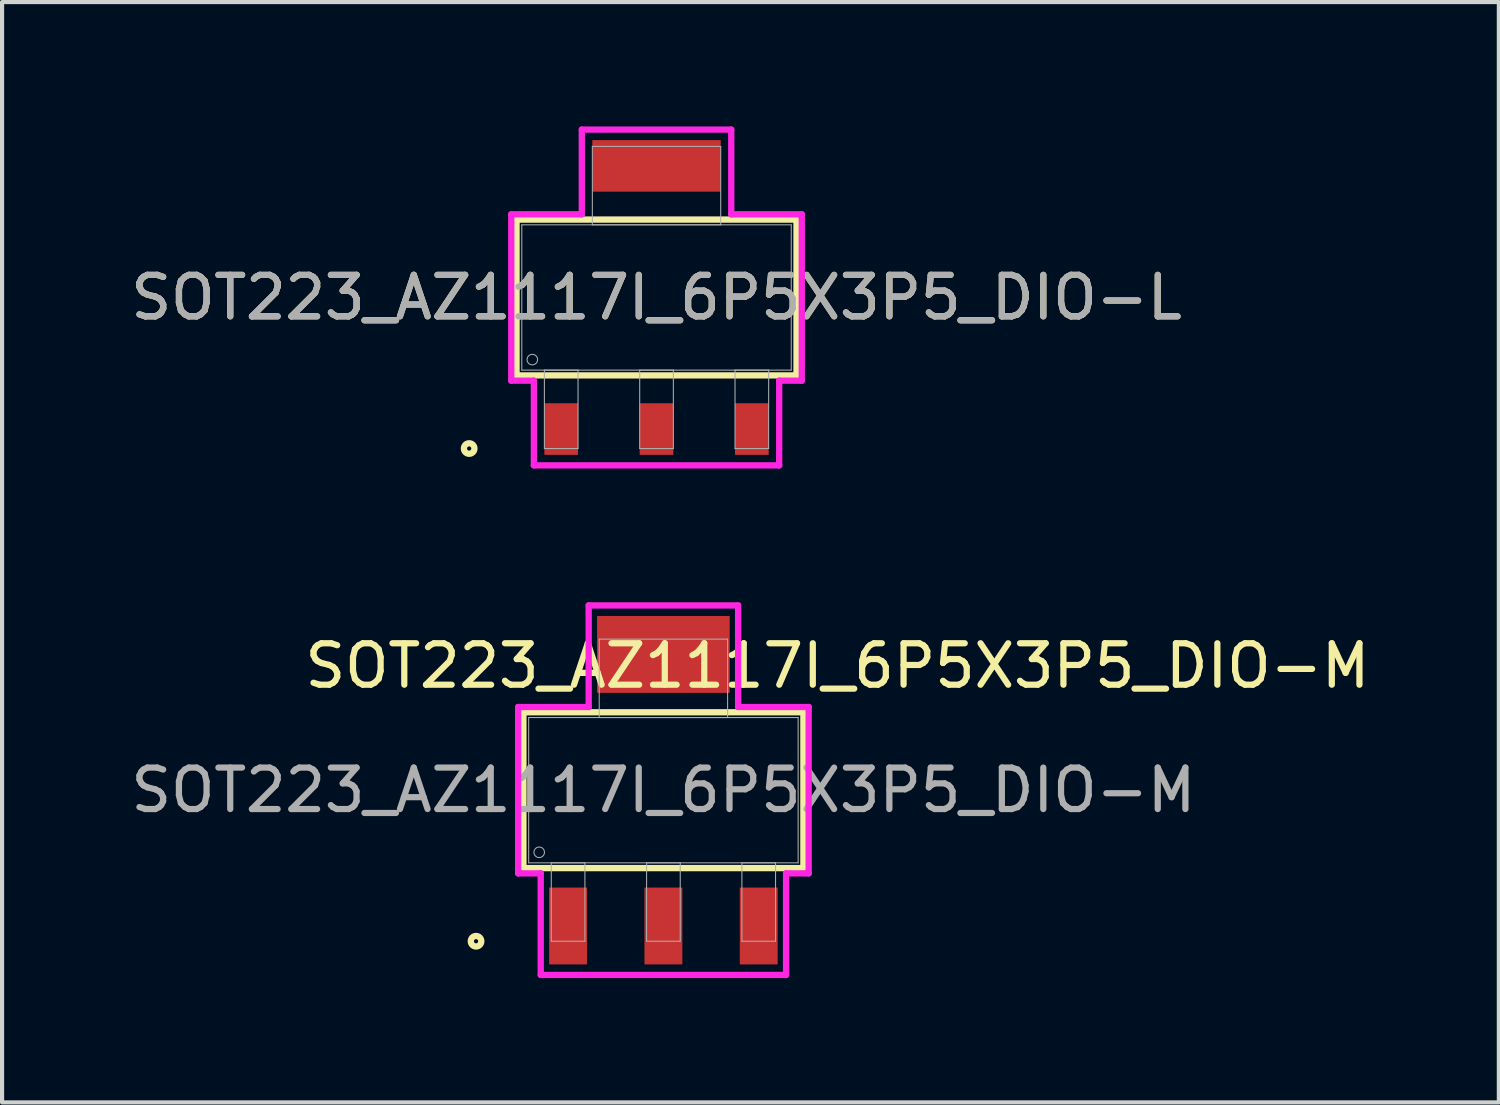
<source format=kicad_pcb>
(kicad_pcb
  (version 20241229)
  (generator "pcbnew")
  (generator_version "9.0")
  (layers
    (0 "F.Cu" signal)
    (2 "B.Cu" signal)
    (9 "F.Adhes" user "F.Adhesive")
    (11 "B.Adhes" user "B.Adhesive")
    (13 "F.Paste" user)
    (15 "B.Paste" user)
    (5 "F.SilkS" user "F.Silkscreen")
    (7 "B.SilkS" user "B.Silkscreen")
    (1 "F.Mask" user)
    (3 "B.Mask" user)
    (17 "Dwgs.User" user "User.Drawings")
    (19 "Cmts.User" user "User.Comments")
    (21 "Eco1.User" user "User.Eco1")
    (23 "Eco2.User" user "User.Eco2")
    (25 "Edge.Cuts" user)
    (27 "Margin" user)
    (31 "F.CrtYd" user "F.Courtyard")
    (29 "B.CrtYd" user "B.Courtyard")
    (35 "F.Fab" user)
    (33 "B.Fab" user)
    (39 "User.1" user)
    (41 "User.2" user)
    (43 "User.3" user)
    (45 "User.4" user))
  (footprint "SOT223_AZ1117I_6P5X3P5_DIO-M"
    (layer "F.Cu")
    (at 12.958 16.017)
    (property "Reference" "SOT223_AZ1117I_6P5X3P5_DIO-M" (at 4.2 -3 0) (unlocked yes) (layer "F.SilkS") (effects (font (size 1 1) (thickness 0.15))))
    (attr smd)
    (fp_poly (pts (xy 1.6 -4.204) (xy -1.6 -4.204) (xy -1.6 -2.349) (xy 1.6 -2.349)) (stroke (width 0) (type solid)) (fill yes) (layer "F.Cu"))
    (fp_poly (pts (xy 1.651 -4.763) (xy -1.651 -4.763) (xy -1.651 -1.892) (xy 1.651 -1.892)) (stroke (width 0) (type solid)) (fill yes) (layer "F.Mask"))
    (fp_line (start -3.378 -1.88) (end -3.378 1.88) (stroke (width 0.152) (type solid)) (layer "F.SilkS"))
    (fp_line (start -3.378 1.88) (end 3.378 1.88) (stroke (width 0.152) (type solid)) (layer "F.SilkS"))
    (fp_line (start 3.378 -1.88) (end -3.378 -1.88) (stroke (width 0.152) (type solid)) (layer "F.SilkS"))
    (fp_line (start 3.378 1.88) (end 3.378 -1.88) (stroke (width 0.152) (type solid)) (layer "F.SilkS"))
    (fp_circle (center -4.521 3.645) (end -4.394 3.645) (stroke (width 0.152) (type solid)) (fill no) (layer "F.SilkS"))
    (fp_poly (pts (xy 1.6 -4.204) (xy -1.6 -4.204) (xy -1.6 -2.349) (xy 1.6 -2.349)) (stroke (width 0) (type solid)) (fill yes) (layer "F.Paste"))
    (fp_line (start -3.505 -2.007) (end -1.803 -2.007) (stroke (width 0.152) (type solid)) (layer "F.CrtYd"))
    (fp_line (start -3.505 2.007) (end -3.505 -2.007) (stroke (width 0.152) (type solid)) (layer "F.CrtYd"))
    (fp_line (start -2.96 2.007) (end -3.505 2.007) (stroke (width 0.152) (type solid)) (layer "F.CrtYd"))
    (fp_line (start -2.96 4.458) (end -2.96 2.007) (stroke (width 0.152) (type solid)) (layer "F.CrtYd"))
    (fp_line (start -1.803 -4.458) (end 1.803 -4.458) (stroke (width 0.152) (type solid)) (layer "F.CrtYd"))
    (fp_line (start -1.803 -2.007) (end -1.803 -4.458) (stroke (width 0.152) (type solid)) (layer "F.CrtYd"))
    (fp_line (start 1.803 -4.458) (end 1.803 -2.007) (stroke (width 0.152) (type solid)) (layer "F.CrtYd"))
    (fp_line (start 1.803 -2.007) (end 3.505 -2.007) (stroke (width 0.152) (type solid)) (layer "F.CrtYd"))
    (fp_line (start 2.96 2.007) (end 2.96 4.458) (stroke (width 0.152) (type solid)) (layer "F.CrtYd"))
    (fp_line (start 2.96 4.458) (end -2.96 4.458) (stroke (width 0.152) (type solid)) (layer "F.CrtYd"))
    (fp_line (start 3.505 -2.007) (end 3.505 2.007) (stroke (width 0.152) (type solid)) (layer "F.CrtYd"))
    (fp_line (start 3.505 2.007) (end 2.96 2.007) (stroke (width 0.152) (type solid)) (layer "F.CrtYd"))
    (fp_line (start -3.251 -1.753) (end -3.251 1.753) (stroke (width 0.025) (type solid)) (layer "F.Fab"))
    (fp_line (start -3.251 1.753) (end 3.251 1.753) (stroke (width 0.025) (type solid)) (layer "F.Fab"))
    (fp_line (start -2.706 1.753) (end -2.706 3.645) (stroke (width 0.025) (type solid)) (layer "F.Fab"))
    (fp_line (start -2.706 3.645) (end -1.894 3.645) (stroke (width 0.025) (type solid)) (layer "F.Fab"))
    (fp_line (start -1.894 1.753) (end -2.706 1.753) (stroke (width 0.025) (type solid)) (layer "F.Fab"))
    (fp_line (start -1.894 3.645) (end -1.894 1.753) (stroke (width 0.025) (type solid)) (layer "F.Fab"))
    (fp_line (start -1.549 -3.645) (end -1.549 -1.753) (stroke (width 0.025) (type solid)) (layer "F.Fab"))
    (fp_line (start -1.549 -1.753) (end 1.549 -1.753) (stroke (width 0.025) (type solid)) (layer "F.Fab"))
    (fp_line (start -0.406 1.753) (end -0.406 3.645) (stroke (width 0.025) (type solid)) (layer "F.Fab"))
    (fp_line (start -0.406 3.645) (end 0.406 3.645) (stroke (width 0.025) (type solid)) (layer "F.Fab"))
    (fp_line (start 0.406 1.753) (end -0.406 1.753) (stroke (width 0.025) (type solid)) (layer "F.Fab"))
    (fp_line (start 0.406 3.645) (end 0.406 1.753) (stroke (width 0.025) (type solid)) (layer "F.Fab"))
    (fp_line (start 1.549 -3.645) (end -1.549 -3.645) (stroke (width 0.025) (type solid)) (layer "F.Fab"))
    (fp_line (start 1.549 -1.753) (end 1.549 -3.645) (stroke (width 0.025) (type solid)) (layer "F.Fab"))
    (fp_line (start 1.894 1.753) (end 1.894 3.645) (stroke (width 0.025) (type solid)) (layer "F.Fab"))
    (fp_line (start 1.894 3.645) (end 2.706 3.645) (stroke (width 0.025) (type solid)) (layer "F.Fab"))
    (fp_line (start 2.706 1.753) (end 1.894 1.753) (stroke (width 0.025) (type solid)) (layer "F.Fab"))
    (fp_line (start 2.706 3.645) (end 2.706 1.753) (stroke (width 0.025) (type solid)) (layer "F.Fab"))
    (fp_line (start 3.251 -1.753) (end -3.251 -1.753) (stroke (width 0.025) (type solid)) (layer "F.Fab"))
    (fp_line (start 3.251 1.753) (end 3.251 -1.753) (stroke (width 0.025) (type solid)) (layer "F.Fab"))
    (fp_circle (center -2.997 1.499) (end -2.87 1.499) (stroke (width 0.025) (type solid)) (fill no) (layer "F.Fab"))
    (fp_text user "${REFERENCE}" (at 0 0 0) (unlocked yes) (layer "F.Fab") (effects (font (size 1 1) (thickness 0.15))))
    (pad "1" smd rect (at -2.3 3.277) (size 0.914 1.854) (layers "F.Cu" "F.Mask" "F.Paste"))
    (pad "2" smd rect (at 0 3.277) (size 0.914 1.854) (layers "F.Cu" "F.Mask" "F.Paste"))
    (pad "3" smd rect (at 2.3 3.277) (size 0.914 1.854) (layers "F.Cu" "F.Mask" "F.Paste")))
  (footprint "SOT223_AZ1117I_6P5X3P5_DIO-L"
    (layer "F.Cu")
    (at 12.792 4.128)
    (property "Reference" "SOT223_AZ1117I_6P5X3P5_DIO-L" (at 0 0 0) (unlocked yes) (layer "F.SilkS") (effects (font (size 1 1) (thickness 0.15))))
    (attr smd)
    (fp_poly (pts (xy 1.549 -3.797) (xy -1.549 -3.797) (xy -1.549 -2.553) (xy 1.549 -2.553)) (stroke (width 0) (type solid)) (fill yes) (layer "F.Cu"))
    (fp_poly (pts (xy 1.549 -3.95) (xy -1.549 -3.95) (xy -1.549 -2.299) (xy 1.549 -2.299)) (stroke (width 0) (type solid)) (fill yes) (layer "F.Mask"))
    (fp_line (start -3.378 -1.88) (end -3.378 1.88) (stroke (width 0.152) (type solid)) (layer "F.SilkS"))
    (fp_line (start -3.378 1.88) (end 3.378 1.88) (stroke (width 0.152) (type solid)) (layer "F.SilkS"))
    (fp_line (start 3.378 -1.88) (end -3.378 -1.88) (stroke (width 0.152) (type solid)) (layer "F.SilkS"))
    (fp_line (start 3.378 1.88) (end 3.378 -1.88) (stroke (width 0.152) (type solid)) (layer "F.SilkS"))
    (fp_circle (center -4.521 3.645) (end -4.394 3.645) (stroke (width 0.152) (type solid)) (fill no) (layer "F.SilkS"))
    (fp_poly (pts (xy 1.549 -3.797) (xy -1.549 -3.797) (xy -1.549 -2.553) (xy 1.549 -2.553)) (stroke (width 0) (type solid)) (fill yes) (layer "F.Paste"))
    (fp_line (start -3.505 -2.007) (end -1.803 -2.007) (stroke (width 0.152) (type solid)) (layer "F.CrtYd"))
    (fp_line (start -3.505 2.007) (end -3.505 -2.007) (stroke (width 0.152) (type solid)) (layer "F.CrtYd"))
    (fp_line (start -2.96 2.007) (end -3.505 2.007) (stroke (width 0.152) (type solid)) (layer "F.CrtYd"))
    (fp_line (start -2.96 4.051) (end -2.96 2.007) (stroke (width 0.152) (type solid)) (layer "F.CrtYd"))
    (fp_line (start -1.803 -4.051) (end 1.803 -4.051) (stroke (width 0.152) (type solid)) (layer "F.CrtYd"))
    (fp_line (start -1.803 -2.007) (end -1.803 -4.051) (stroke (width 0.152) (type solid)) (layer "F.CrtYd"))
    (fp_line (start 1.803 -4.051) (end 1.803 -2.007) (stroke (width 0.152) (type solid)) (layer "F.CrtYd"))
    (fp_line (start 1.803 -2.007) (end 3.505 -2.007) (stroke (width 0.152) (type solid)) (layer "F.CrtYd"))
    (fp_line (start 2.96 2.007) (end 2.96 4.051) (stroke (width 0.152) (type solid)) (layer "F.CrtYd"))
    (fp_line (start 2.96 4.051) (end -2.96 4.051) (stroke (width 0.152) (type solid)) (layer "F.CrtYd"))
    (fp_line (start 3.505 -2.007) (end 3.505 2.007) (stroke (width 0.152) (type solid)) (layer "F.CrtYd"))
    (fp_line (start 3.505 2.007) (end 2.96 2.007) (stroke (width 0.152) (type solid)) (layer "F.CrtYd"))
    (fp_line (start -3.251 -1.753) (end -3.251 1.753) (stroke (width 0.025) (type solid)) (layer "F.Fab"))
    (fp_line (start -3.251 1.753) (end 3.251 1.753) (stroke (width 0.025) (type solid)) (layer "F.Fab"))
    (fp_line (start -2.706 1.753) (end -2.706 3.645) (stroke (width 0.025) (type solid)) (layer "F.Fab"))
    (fp_line (start -2.706 3.645) (end -1.894 3.645) (stroke (width 0.025) (type solid)) (layer "F.Fab"))
    (fp_line (start -1.894 1.753) (end -2.706 1.753) (stroke (width 0.025) (type solid)) (layer "F.Fab"))
    (fp_line (start -1.894 3.645) (end -1.894 1.753) (stroke (width 0.025) (type solid)) (layer "F.Fab"))
    (fp_line (start -1.549 -3.645) (end -1.549 -1.753) (stroke (width 0.025) (type solid)) (layer "F.Fab"))
    (fp_line (start -1.549 -1.753) (end 1.549 -1.753) (stroke (width 0.025) (type solid)) (layer "F.Fab"))
    (fp_line (start -0.406 1.753) (end -0.406 3.645) (stroke (width 0.025) (type solid)) (layer "F.Fab"))
    (fp_line (start -0.406 3.645) (end 0.406 3.645) (stroke (width 0.025) (type solid)) (layer "F.Fab"))
    (fp_line (start 0.406 1.753) (end -0.406 1.753) (stroke (width 0.025) (type solid)) (layer "F.Fab"))
    (fp_line (start 0.406 3.645) (end 0.406 1.753) (stroke (width 0.025) (type solid)) (layer "F.Fab"))
    (fp_line (start 1.549 -3.645) (end -1.549 -3.645) (stroke (width 0.025) (type solid)) (layer "F.Fab"))
    (fp_line (start 1.549 -1.753) (end 1.549 -3.645) (stroke (width 0.025) (type solid)) (layer "F.Fab"))
    (fp_line (start 1.894 1.753) (end 1.894 3.645) (stroke (width 0.025) (type solid)) (layer "F.Fab"))
    (fp_line (start 1.894 3.645) (end 2.706 3.645) (stroke (width 0.025) (type solid)) (layer "F.Fab"))
    (fp_line (start 2.706 1.753) (end 1.894 1.753) (stroke (width 0.025) (type solid)) (layer "F.Fab"))
    (fp_line (start 2.706 3.645) (end 2.706 1.753) (stroke (width 0.025) (type solid)) (layer "F.Fab"))
    (fp_line (start 3.251 -1.753) (end -3.251 -1.753) (stroke (width 0.025) (type solid)) (layer "F.Fab"))
    (fp_line (start 3.251 1.753) (end 3.251 -1.753) (stroke (width 0.025) (type solid)) (layer "F.Fab"))
    (fp_circle (center -2.997 1.499) (end -2.87 1.499) (stroke (width 0.025) (type solid)) (fill no) (layer "F.Fab"))
    (fp_text user "${REFERENCE}" (at 0 0 0) (unlocked yes) (layer "F.Fab") (effects (font (size 1 1) (thickness 0.15))))
    (pad "1" smd rect (at -2.3 3.175) (size 0.813 1.245) (layers "F.Cu" "F.Mask" "F.Paste"))
    (pad "2" smd rect (at 0 3.175) (size 0.813 1.245) (layers "F.Cu" "F.Mask" "F.Paste"))
    (pad "3" smd rect (at 2.3 3.175) (size 0.813 1.245) (layers "F.Cu" "F.Mask" "F.Paste")))
  (gr_rect
    (start -3 -3)
    (end 33.117 23.551)
    (stroke (width 0.1) (type default))
    (fill no)
    (layer "Edge.Cuts")))
</source>
